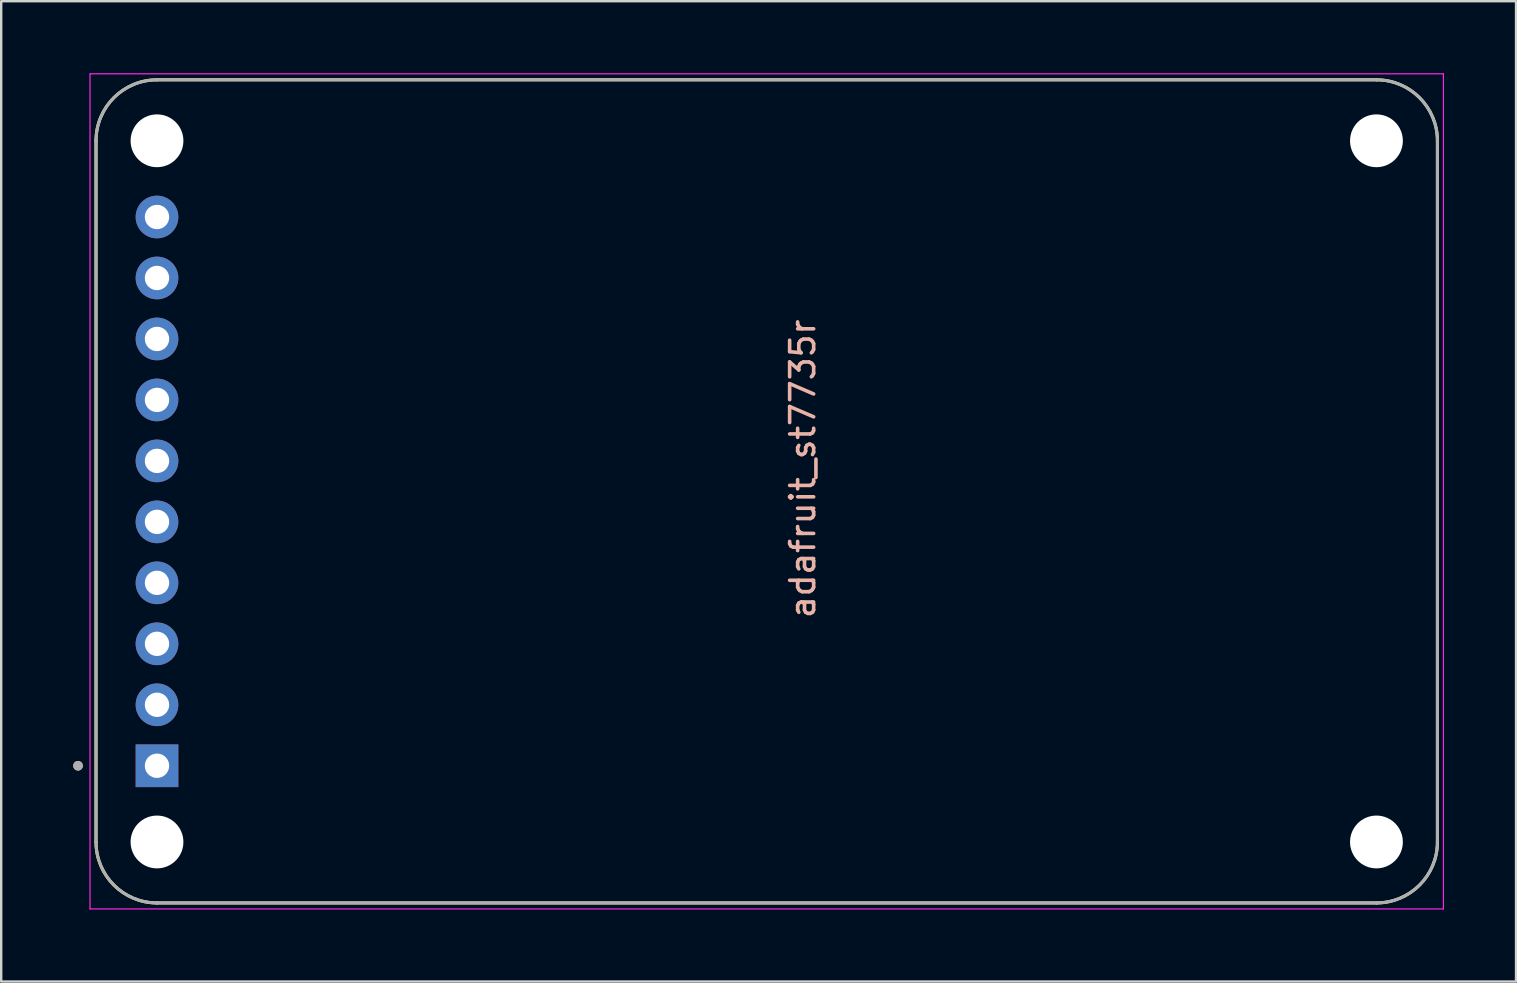
<source format=kicad_pcb>
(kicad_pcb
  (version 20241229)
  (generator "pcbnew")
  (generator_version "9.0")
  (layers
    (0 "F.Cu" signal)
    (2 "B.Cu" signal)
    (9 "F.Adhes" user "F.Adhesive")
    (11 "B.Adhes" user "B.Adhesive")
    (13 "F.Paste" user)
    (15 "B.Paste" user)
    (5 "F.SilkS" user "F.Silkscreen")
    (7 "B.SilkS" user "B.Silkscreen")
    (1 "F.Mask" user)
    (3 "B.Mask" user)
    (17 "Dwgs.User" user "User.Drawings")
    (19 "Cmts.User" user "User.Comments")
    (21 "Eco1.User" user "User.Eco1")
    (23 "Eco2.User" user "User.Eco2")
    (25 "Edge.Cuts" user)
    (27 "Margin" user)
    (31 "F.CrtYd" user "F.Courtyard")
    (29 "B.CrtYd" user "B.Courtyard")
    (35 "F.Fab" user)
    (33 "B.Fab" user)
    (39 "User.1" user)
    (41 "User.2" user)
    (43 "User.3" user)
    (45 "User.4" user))
  (footprint "adafruit_st7735r"
    (layer "F.Cu")
    (at 28.89 17.42)
    (property "Reference" "adafruit_st7735r" (at 1.5 -0.94 270) (layer "B.SilkS") (effects (font (size 1 1) (thickness 0.15))))
    (attr through_hole)
    (fp_line (start -27.94 14.605) (end -27.94 -14.605) (stroke (width 0.127) (type solid)) (layer "F.SilkS"))
    (fp_line (start -25.4 -17.145) (end 25.4 -17.145) (stroke (width 0.127) (type solid)) (layer "F.SilkS"))
    (fp_line (start 25.4 17.145) (end -25.4 17.145) (stroke (width 0.127) (type solid)) (layer "F.SilkS"))
    (fp_line (start 27.94 -14.605) (end 27.94 14.605) (stroke (width 0.127) (type solid)) (layer "F.SilkS"))
    (fp_arc (start -27.94 -14.605) (mid -27.196051 -16.401051) (end -25.4 -17.145) (stroke (width 0.127) (type solid)) (layer "F.SilkS"))
    (fp_arc (start -25.4 17.145) (mid -27.196051 16.401051) (end -27.94 14.605) (stroke (width 0.127) (type solid)) (layer "F.SilkS"))
    (fp_arc (start 25.4 -17.145) (mid 27.196051 -16.401051) (end 27.94 -14.605) (stroke (width 0.127) (type solid)) (layer "F.SilkS"))
    (fp_arc (start 27.94 14.605) (mid 27.196051 16.401051) (end 25.4 17.145) (stroke (width 0.127) (type solid)) (layer "F.SilkS"))
    (fp_circle (center -28.69 11.43) (end -28.59 11.43) (stroke (width 0.2) (type solid)) (fill no) (layer "F.SilkS"))
    (fp_line (start -28.19 -17.395) (end 28.19 -17.395) (stroke (width 0.05) (type solid)) (layer "F.CrtYd"))
    (fp_line (start -28.19 17.395) (end -28.19 -17.395) (stroke (width 0.05) (type solid)) (layer "F.CrtYd"))
    (fp_line (start 28.19 -17.395) (end 28.19 17.395) (stroke (width 0.05) (type solid)) (layer "F.CrtYd"))
    (fp_line (start 28.19 17.395) (end -28.19 17.395) (stroke (width 0.05) (type solid)) (layer "F.CrtYd"))
    (fp_line (start -27.94 14.605) (end -27.94 -14.605) (stroke (width 0.127) (type solid)) (layer "F.Fab"))
    (fp_line (start -25.4 -17.145) (end 25.4 -17.145) (stroke (width 0.127) (type solid)) (layer "F.Fab"))
    (fp_line (start 25.4 17.145) (end -25.4 17.145) (stroke (width 0.127) (type solid)) (layer "F.Fab"))
    (fp_line (start 27.94 -14.605) (end 27.94 14.605) (stroke (width 0.127) (type solid)) (layer "F.Fab"))
    (fp_arc (start -27.94 -14.605) (mid -27.196051 -16.401051) (end -25.4 -17.145) (stroke (width 0.127) (type solid)) (layer "F.Fab"))
    (fp_arc (start -25.4 17.145) (mid -27.196051 16.401051) (end -27.94 14.605) (stroke (width 0.127) (type solid)) (layer "F.Fab"))
    (fp_arc (start 25.4 -17.145) (mid 27.196051 -16.401051) (end 27.94 -14.605) (stroke (width 0.127) (type solid)) (layer "F.Fab"))
    (fp_arc (start 27.94 14.605) (mid 27.196051 16.401051) (end 25.4 17.145) (stroke (width 0.127) (type solid)) (layer "F.Fab"))
    (fp_circle (center -28.69 11.43) (end -28.59 11.43) (stroke (width 0.2) (type solid)) (fill no) (layer "F.Fab"))
    (pad "" np_thru_hole circle (at -25.4 -14.605) (size 2.2 2.2) (drill 2.2) (layers "*.Cu" "*.Mask"))
    (pad "" np_thru_hole circle (at -25.4 14.605) (size 2.2 2.2) (drill 2.2) (layers "*.Cu" "*.Mask"))
    (pad "" np_thru_hole circle (at 25.4 -14.605) (size 2.2 2.2) (drill 2.2) (layers "*.Cu" "*.Mask"))
    (pad "" np_thru_hole circle (at 25.4 14.605) (size 2.2 2.2) (drill 2.2) (layers "*.Cu" "*.Mask"))
    (pad "1" thru_hole rect (at -25.4 11.43) (size 1.778 1.778) (drill 1.016) (layers "*.Cu" "*.Mask"))
    (pad "2" thru_hole circle (at -25.4 8.89) (size 1.778 1.778) (drill 1.016) (layers "*.Cu" "*.Mask"))
    (pad "3" thru_hole circle (at -25.4 6.35) (size 1.778 1.778) (drill 1.016) (layers "*.Cu" "*.Mask"))
    (pad "4" thru_hole circle (at -25.4 3.81) (size 1.778 1.778) (drill 1.016) (layers "*.Cu" "*.Mask"))
    (pad "5" thru_hole circle (at -25.4 1.27) (size 1.778 1.778) (drill 1.016) (layers "*.Cu" "*.Mask"))
    (pad "6" thru_hole circle (at -25.4 -1.27) (size 1.778 1.778) (drill 1.016) (layers "*.Cu" "*.Mask"))
    (pad "7" thru_hole circle (at -25.4 -3.81) (size 1.778 1.778) (drill 1.016) (layers "*.Cu" "*.Mask"))
    (pad "8" thru_hole circle (at -25.4 -6.35) (size 1.778 1.778) (drill 1.016) (layers "*.Cu" "*.Mask"))
    (pad "9" thru_hole circle (at -25.4 -8.89) (size 1.778 1.778) (drill 1.016) (layers "*.Cu" "*.Mask"))
    (pad "10" thru_hole circle (at -25.4 -11.43) (size 1.778 1.778) (drill 1.016) (layers "*.Cu" "*.Mask")))
  (gr_rect
    (start -3 -3)
    (end 60.105 37.84)
    (stroke (width 0.1) (type default))
    (fill no)
    (layer "Edge.Cuts")))
</source>
